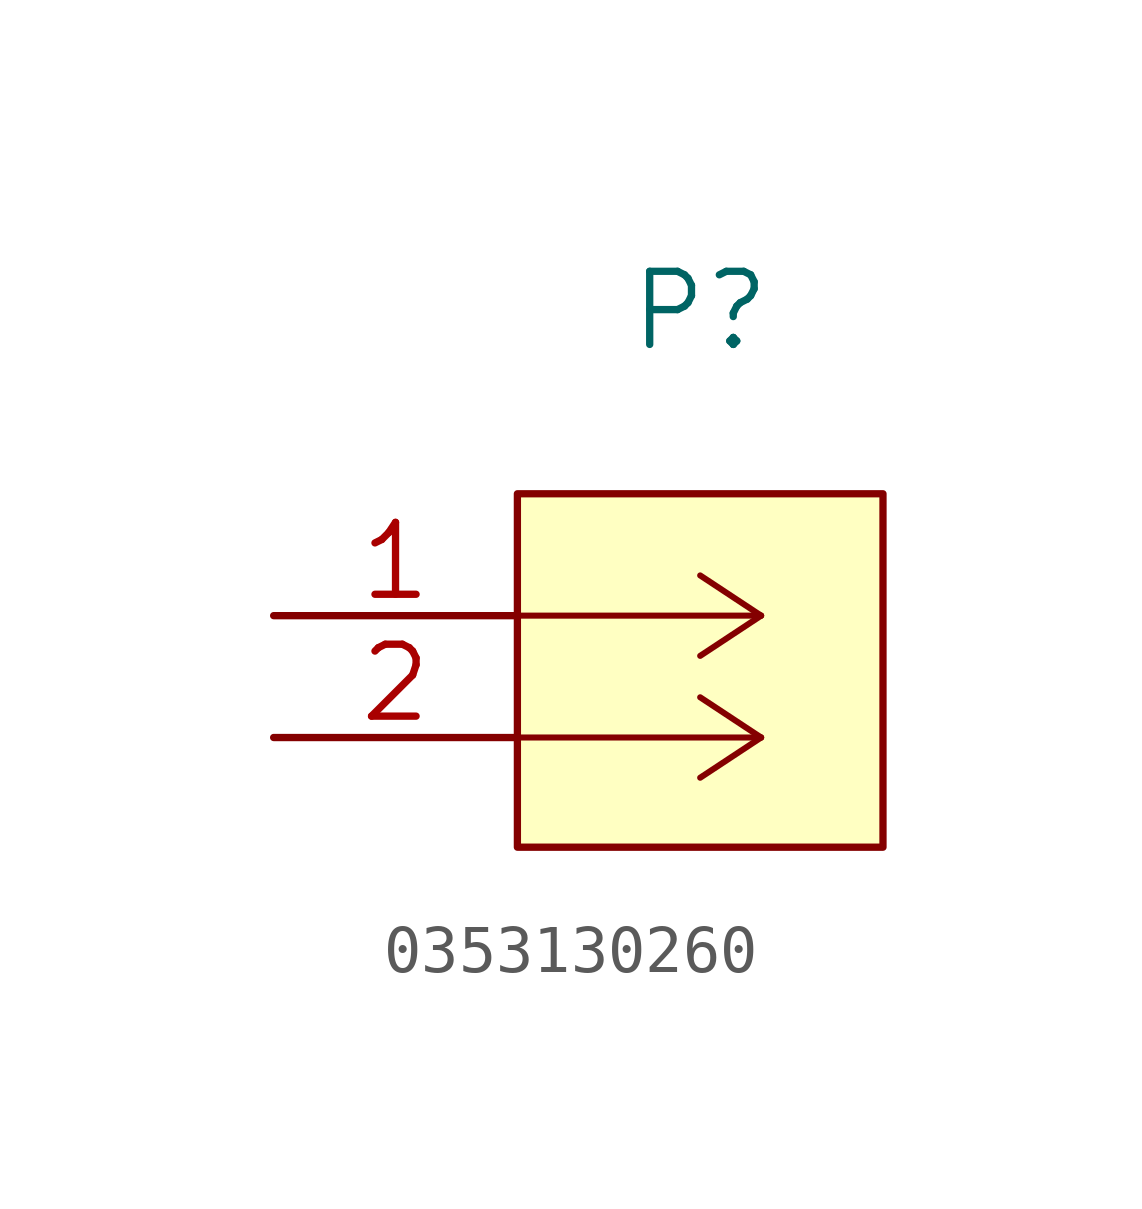
<source format=kicad_sym>
(kicad_symbol_lib
  (version 20220914)
  (generator kicad_symbol_editor)
  (symbol "0353130260"
    (pin_names
      (offset 0.254) hide)
    (property "Reference" "P"
      (at 8.89 6.35 0)
      (effects (font (size 1.524 1.524))))
    (symbol "0353130260_0_1"
      (rectangle (start 5.08 2.54) (end 12.7 -4.826) (stroke (width 0.152) (type default)) (fill (type background))))
    (symbol "0353130260_1_1"
      (polyline (pts (xy 10.16 -2.54) (xy 5.08 -2.54)) (stroke (width 0.127) (type default)) (fill (type none)))
      (polyline (pts (xy 10.16 -2.54) (xy 8.89 -3.378)) (stroke (width 0.127) (type default)) (fill (type none)))
      (polyline (pts (xy 10.16 -2.54) (xy 8.89 -1.702)) (stroke (width 0.127) (type default)) (fill (type none)))
      (polyline (pts (xy 10.16 0) (xy 5.08 0)) (stroke (width 0.127) (type default)) (fill (type none)))
      (polyline (pts (xy 10.16 0) (xy 8.89 -0.838)) (stroke (width 0.127) (type default)) (fill (type none)))
      (polyline (pts (xy 10.16 0) (xy 8.89 0.838)) (stroke (width 0.127) (type default)) (fill (type none)))
      (pin passive line (at 0 0 0) (length 5.08) (name "5" (effects (font (size 1.499 1.499)))) (number "1" (effects (font (size 1.499 1.499)))))
      (pin passive line (at 0 -2.54 0) (length 5.08) (name "6" (effects (font (size 1.499 1.499)))) (number "2" (effects (font (size 1.499 1.499))))))))
</source>
